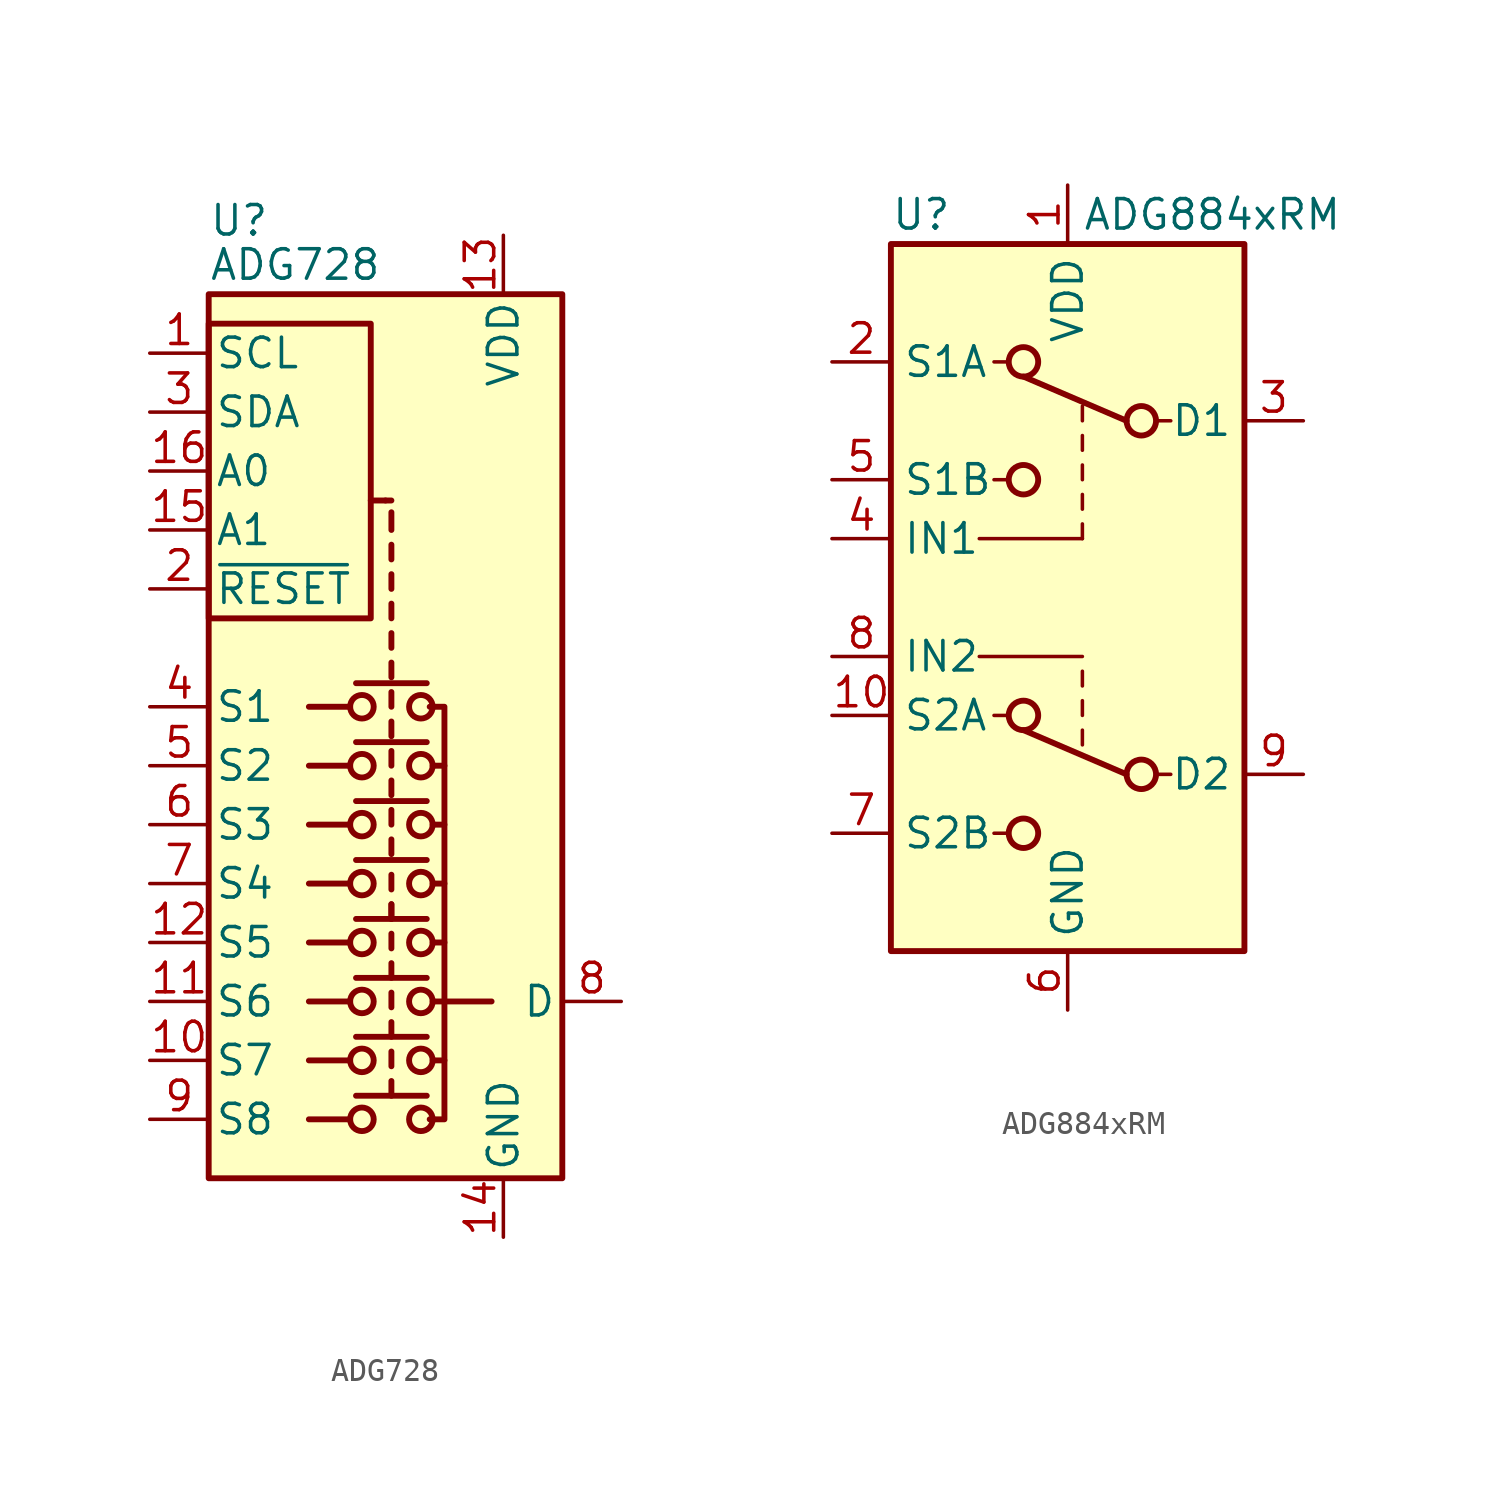
<source format=kicad_sym>
(kicad_symbol_lib
  (version 20201005)
  (generator kicad_symbol_editor)
  (symbol "ADG728"
    (pin_names
      (offset 0.254))
    (property "Reference" "U"
      (at -7.62 23.495 0)
      (effects (font (size 1.27 1.27)) (justify left)))
    (property "Value" "ADG728"
      (at -7.62 21.59 0)
      (effects (font (size 1.27 1.27)) (justify left)))
    (symbol "ADG728_0_1"
      (circle (center -1.016 -15.24) (radius 0.508) (stroke (width 0.254)) (fill (type none)))
      (circle (center -1.016 -12.7) (radius 0.508) (stroke (width 0.254)) (fill (type none)))
      (circle (center -1.016 -10.16) (radius 0.508) (stroke (width 0.254)) (fill (type none)))
      (circle (center -1.016 -7.62) (radius 0.508) (stroke (width 0.254)) (fill (type none)))
      (circle (center -1.016 -5.08) (radius 0.508) (stroke (width 0.254)) (fill (type none)))
      (circle (center -1.016 -2.54) (radius 0.508) (stroke (width 0.254)) (fill (type none)))
      (circle (center -1.016 0) (radius 0.508) (stroke (width 0.254)) (fill (type none)))
      (circle (center -1.016 2.54) (radius 0.508) (stroke (width 0.254)) (fill (type none)))
      (circle (center 1.524 -15.24) (radius 0.508) (stroke (width 0.254)) (fill (type none)))
      (circle (center 1.524 -12.7) (radius 0.508) (stroke (width 0.254)) (fill (type none)))
      (circle (center 1.524 -10.16) (radius 0.508) (stroke (width 0.254)) (fill (type none)))
      (circle (center 1.524 -7.62) (radius 0.508) (stroke (width 0.254)) (fill (type none)))
      (circle (center 1.524 -5.08) (radius 0.508) (stroke (width 0.254)) (fill (type none)))
      (circle (center 1.524 -2.54) (radius 0.508) (stroke (width 0.254)) (fill (type none)))
      (circle (center 1.524 0) (radius 0.508) (stroke (width 0.254)) (fill (type none)))
      (circle (center 1.524 2.54) (radius 0.508) (stroke (width 0.254)) (fill (type none)))
      (rectangle (start -7.62 6.35) (end -0.635 19.05) (stroke (width 0.254)) (fill (type none)))
      (rectangle (start -7.62 20.32) (end 7.62 -17.78) (stroke (width 0.254)) (fill (type background)))
      (polyline (pts (xy -1.524 -15.24) (xy -3.302 -15.24)) (stroke (width 0.254)) (fill (type none)))
      (polyline (pts (xy -1.524 -12.7) (xy -3.302 -12.7)) (stroke (width 0.254)) (fill (type none)))
      (polyline (pts (xy -1.524 -10.16) (xy -3.302 -10.16)) (stroke (width 0.254)) (fill (type none)))
      (polyline (pts (xy -1.524 -7.62) (xy -3.302 -7.62)) (stroke (width 0.254)) (fill (type none)))
      (polyline (pts (xy -1.524 -5.08) (xy -3.302 -5.08)) (stroke (width 0.254)) (fill (type none)))
      (polyline (pts (xy -1.524 -2.54) (xy -3.302 -2.54)) (stroke (width 0.254)) (fill (type none)))
      (polyline (pts (xy -1.524 0) (xy -3.302 0)) (stroke (width 0.254)) (fill (type none)))
      (polyline (pts (xy -1.524 2.54) (xy -3.302 2.54)) (stroke (width 0.254)) (fill (type none)))
      (polyline (pts (xy -1.27 -14.224) (xy 1.778 -14.224)) (stroke (width 0.254)) (fill (type none)))
      (polyline (pts (xy -1.27 -11.684) (xy 1.778 -11.684)) (stroke (width 0.254)) (fill (type none)))
      (polyline (pts (xy -1.27 -9.144) (xy 1.778 -9.144)) (stroke (width 0.254)) (fill (type none)))
      (polyline (pts (xy -1.27 -6.604) (xy 1.778 -6.604)) (stroke (width 0.254)) (fill (type none)))
      (polyline (pts (xy -1.27 -4.064) (xy 1.778 -4.064)) (stroke (width 0.254)) (fill (type none)))
      (polyline (pts (xy -1.27 -1.524) (xy 1.778 -1.524)) (stroke (width 0.254)) (fill (type none)))
      (polyline (pts (xy -1.27 1.016) (xy 1.778 1.016)) (stroke (width 0.254)) (fill (type none)))
      (polyline (pts (xy -1.27 3.556) (xy 1.778 3.556)) (stroke (width 0.254)) (fill (type none)))
      (polyline (pts (xy -0.635 11.43) (xy 0 11.43)) (stroke (width 0.254)) (fill (type none)))
      (polyline (pts (xy 0.254 -14.224) (xy 0.254 -13.589)) (stroke (width 0.254)) (fill (type none)))
      (polyline (pts (xy 0.254 -12.954) (xy 0.254 -12.319)) (stroke (width 0.254)) (fill (type none)))
      (polyline (pts (xy 0.254 -11.684) (xy 0.254 -11.049)) (stroke (width 0.254)) (fill (type none)))
      (polyline (pts (xy 0.254 -10.414) (xy 0.254 -9.779)) (stroke (width 0.254)) (fill (type none)))
      (polyline (pts (xy 0.254 -9.144) (xy 0.254 -8.509)) (stroke (width 0.254)) (fill (type none)))
      (polyline (pts (xy 0.254 -7.874) (xy 0.254 -7.239)) (stroke (width 0.254)) (fill (type none)))
      (polyline (pts (xy 0.254 -6.604) (xy 0.254 -5.969)) (stroke (width 0.254)) (fill (type none)))
      (polyline (pts (xy 0.254 -6.604) (xy 0.254 -5.969)) (stroke (width 0.254)) (fill (type none)))
      (polyline (pts (xy 0.254 -5.334) (xy 0.254 -4.699)) (stroke (width 0.254)) (fill (type none)))
      (polyline (pts (xy 0.254 -3.81) (xy 0.254 -3.175)) (stroke (width 0.254)) (fill (type none)))
      (polyline (pts (xy 0.254 -2.54) (xy 0.254 -1.905)) (stroke (width 0.254)) (fill (type none)))
      (polyline (pts (xy 0.254 -1.27) (xy 0.254 -0.635)) (stroke (width 0.254)) (fill (type none)))
      (polyline (pts (xy 0.254 0) (xy 0.254 0.635)) (stroke (width 0.254)) (fill (type none)))
      (polyline (pts (xy 0.254 1.27) (xy 0.254 1.905)) (stroke (width 0.254)) (fill (type none)))
      (polyline (pts (xy 0.254 2.54) (xy 0.254 3.175)) (stroke (width 0.254)) (fill (type none)))
      (polyline (pts (xy 0.254 3.81) (xy 0.254 4.445)) (stroke (width 0.254)) (fill (type none)))
      (polyline (pts (xy 0.254 5.08) (xy 0.254 5.715)) (stroke (width 0.254)) (fill (type none)))
      (polyline (pts (xy 0.254 6.35) (xy 0.254 6.985)) (stroke (width 0.254)) (fill (type none)))
      (polyline (pts (xy 0.254 7.62) (xy 0.254 8.255)) (stroke (width 0.254)) (fill (type none)))
      (polyline (pts (xy 0.254 8.89) (xy 0.254 9.525)) (stroke (width 0.254)) (fill (type none)))
      (polyline (pts (xy 0.254 10.16) (xy 0.254 10.922)) (stroke (width 0.254)) (fill (type none)))
      (polyline (pts (xy 0.254 11.43) (xy 0 11.43)) (stroke (width 0.254)) (fill (type none)))
      (polyline (pts (xy 2.032 -12.7) (xy 2.54 -12.7)) (stroke (width 0.254)) (fill (type none)))
      (polyline (pts (xy 2.032 -10.16) (xy 2.54 -10.16)) (stroke (width 0.254)) (fill (type none)))
      (polyline (pts (xy 2.032 -7.62) (xy 2.54 -7.62)) (stroke (width 0.254)) (fill (type none)))
      (polyline (pts (xy 2.032 -5.08) (xy 2.54 -5.08)) (stroke (width 0.254)) (fill (type none)))
      (polyline (pts (xy 2.032 -2.54) (xy 2.54 -2.54)) (stroke (width 0.254)) (fill (type none)))
      (polyline (pts (xy 2.032 0) (xy 2.54 0)) (stroke (width 0.254)) (fill (type none)))
      (polyline (pts (xy 4.572 -10.16) (xy 2.54 -10.16)) (stroke (width 0.254)) (fill (type none)))
      (polyline (pts (xy 1.905 2.54) (xy 2.54 2.54) (xy 2.54 -15.24) (xy 1.905 -15.24)) (stroke (width 0.254)) (fill (type none))))
    (symbol "ADG728_1_1"
      (pin input line (at -10.16 17.78 0) (length 2.54) (name "SCL" (effects (font (size 1.27 1.27)))) (number "1" (effects (font (size 1.27 1.27)))))
      (pin bidirectional line (at -10.16 -12.7 0) (length 2.54) (name "S7" (effects (font (size 1.27 1.27)))) (number "10" (effects (font (size 1.27 1.27)))))
      (pin bidirectional line (at -10.16 -10.16 0) (length 2.54) (name "S6" (effects (font (size 1.27 1.27)))) (number "11" (effects (font (size 1.27 1.27)))))
      (pin bidirectional line (at -10.16 -7.62 0) (length 2.54) (name "S5" (effects (font (size 1.27 1.27)))) (number "12" (effects (font (size 1.27 1.27)))))
      (pin power_in line (at 5.08 22.86 270) (length 2.54) (name "VDD" (effects (font (size 1.27 1.27)))) (number "13" (effects (font (size 1.27 1.27)))))
      (pin power_in line (at 5.08 -20.32 90) (length 2.54) (name "GND" (effects (font (size 1.27 1.27)))) (number "14" (effects (font (size 1.27 1.27)))))
      (pin input line (at -10.16 10.16 0) (length 2.54) (name "A1" (effects (font (size 1.27 1.27)))) (number "15" (effects (font (size 1.27 1.27)))))
      (pin input line (at -10.16 12.7 0) (length 2.54) (name "A0" (effects (font (size 1.27 1.27)))) (number "16" (effects (font (size 1.27 1.27)))))
      (pin input line (at -10.16 7.62 0) (length 2.54) (name "~RESET" (effects (font (size 1.27 1.27)))) (number "2" (effects (font (size 1.27 1.27)))))
      (pin bidirectional line (at -10.16 15.24 0) (length 2.54) (name "SDA" (effects (font (size 1.27 1.27)))) (number "3" (effects (font (size 1.27 1.27)))))
      (pin bidirectional line (at -10.16 2.54 0) (length 2.54) (name "S1" (effects (font (size 1.27 1.27)))) (number "4" (effects (font (size 1.27 1.27)))))
      (pin bidirectional line (at -10.16 0 0) (length 2.54) (name "S2" (effects (font (size 1.27 1.27)))) (number "5" (effects (font (size 1.27 1.27)))))
      (pin bidirectional line (at -10.16 -2.54 0) (length 2.54) (name "S3" (effects (font (size 1.27 1.27)))) (number "6" (effects (font (size 1.27 1.27)))))
      (pin bidirectional line (at -10.16 -5.08 0) (length 2.54) (name "S4" (effects (font (size 1.27 1.27)))) (number "7" (effects (font (size 1.27 1.27)))))
      (pin bidirectional line (at 10.16 -10.16 180) (length 2.54) (name "D" (effects (font (size 1.27 1.27)))) (number "8" (effects (font (size 1.27 1.27)))))
      (pin bidirectional line (at -10.16 -15.24 0) (length 2.54) (name "S8" (effects (font (size 1.27 1.27)))) (number "9" (effects (font (size 1.27 1.27)))))))
  (symbol "ADG884xRM"
    (property "Reference" "U"
      (at -7.62 16.51 0)
      (effects (font (size 1.27 1.27)) (justify left)))
    (property "Value" "ADG884xRM"
      (at 0.635 16.51 0)
      (effects (font (size 1.27 1.27)) (justify left)))
    (symbol "ADG884xRM_0_1"
      (circle (center -1.905 -10.16) (radius 0.635) (stroke (width 0.254)) (fill (type none)))
      (circle (center -1.905 -5.08) (radius 0.635) (stroke (width 0.254)) (fill (type none)))
      (circle (center -1.905 5.08) (radius 0.635) (stroke (width 0.254)) (fill (type none)))
      (circle (center -1.905 10.16) (radius 0.635) (stroke (width 0.254)) (fill (type none)))
      (circle (center 3.175 -7.62) (radius 0.635) (stroke (width 0.254)) (fill (type none)))
      (circle (center 3.175 7.62) (radius 0.635) (stroke (width 0.254)) (fill (type none)))
      (rectangle (start -7.62 15.24) (end 7.62 -15.24) (stroke (width 0.254)) (fill (type background)))
      (polyline (pts (xy -3.81 -2.54) (xy 0.635 -2.54)) (stroke (width 0)) (fill (type none)))
      (polyline (pts (xy -3.81 2.54) (xy 0.635 2.54)) (stroke (width 0)) (fill (type none)))
      (polyline (pts (xy -3.175 -10.16) (xy -2.54 -10.16)) (stroke (width 0)) (fill (type none)))
      (polyline (pts (xy -3.175 -5.08) (xy -2.54 -5.08)) (stroke (width 0)) (fill (type none)))
      (polyline (pts (xy -3.175 5.08) (xy -2.54 5.08)) (stroke (width 0)) (fill (type none)))
      (polyline (pts (xy -3.175 10.16) (xy -2.54 10.16)) (stroke (width 0)) (fill (type none)))
      (polyline (pts (xy -1.905 9.525) (xy 2.54 7.62)) (stroke (width 0.254)) (fill (type none)))
      (polyline (pts (xy 0.635 -5.715) (xy 0.635 -6.35)) (stroke (width 0)) (fill (type none)))
      (polyline (pts (xy 0.635 -4.445) (xy 0.635 -5.08)) (stroke (width 0)) (fill (type none)))
      (polyline (pts (xy 0.635 -3.175) (xy 0.635 -3.81)) (stroke (width 0)) (fill (type none)))
      (polyline (pts (xy 0.635 3.175) (xy 0.635 2.54)) (stroke (width 0)) (fill (type none)))
      (polyline (pts (xy 0.635 4.445) (xy 0.635 3.81)) (stroke (width 0)) (fill (type none)))
      (polyline (pts (xy 0.635 5.715) (xy 0.635 5.08)) (stroke (width 0)) (fill (type none)))
      (polyline (pts (xy 0.635 6.985) (xy 0.635 6.35)) (stroke (width 0)) (fill (type none)))
      (polyline (pts (xy 0.635 8.255) (xy 0.635 7.62)) (stroke (width 0)) (fill (type none)))
      (polyline (pts (xy 2.54 -7.62) (xy -1.905 -5.715)) (stroke (width 0.254)) (fill (type none)))
      (polyline (pts (xy 4.445 -7.62) (xy 3.81 -7.62)) (stroke (width 0)) (fill (type none)))
      (polyline (pts (xy 4.445 7.62) (xy 3.81 7.62)) (stroke (width 0)) (fill (type none))))
    (symbol "ADG884xRM_1_1"
      (pin power_in line (at 0 17.78 270) (length 2.54) (name "VDD" (effects (font (size 1.27 1.27)))) (number "1" (effects (font (size 1.27 1.27)))))
      (pin bidirectional line (at -10.16 -5.08 0) (length 2.54) (name "S2A" (effects (font (size 1.27 1.27)))) (number "10" (effects (font (size 1.27 1.27)))))
      (pin bidirectional line (at -10.16 10.16 0) (length 2.54) (name "S1A" (effects (font (size 1.27 1.27)))) (number "2" (effects (font (size 1.27 1.27)))))
      (pin bidirectional line (at 10.16 7.62 180) (length 2.54) (name "D1" (effects (font (size 1.27 1.27)))) (number "3" (effects (font (size 1.27 1.27)))))
      (pin input line (at -10.16 2.54 0) (length 2.54) (name "IN1" (effects (font (size 1.27 1.27)))) (number "4" (effects (font (size 1.27 1.27)))))
      (pin bidirectional line (at -10.16 5.08 0) (length 2.54) (name "S1B" (effects (font (size 1.27 1.27)))) (number "5" (effects (font (size 1.27 1.27)))))
      (pin power_in line (at 0 -17.78 90) (length 2.54) (name "GND" (effects (font (size 1.27 1.27)))) (number "6" (effects (font (size 1.27 1.27)))))
      (pin bidirectional line (at -10.16 -10.16 0) (length 2.54) (name "S2B" (effects (font (size 1.27 1.27)))) (number "7" (effects (font (size 1.27 1.27)))))
      (pin input line (at -10.16 -2.54 0) (length 2.54) (name "IN2" (effects (font (size 1.27 1.27)))) (number "8" (effects (font (size 1.27 1.27)))))
      (pin bidirectional line (at 10.16 -7.62 180) (length 2.54) (name "D2" (effects (font (size 1.27 1.27)))) (number "9" (effects (font (size 1.27 1.27))))))))
</source>
